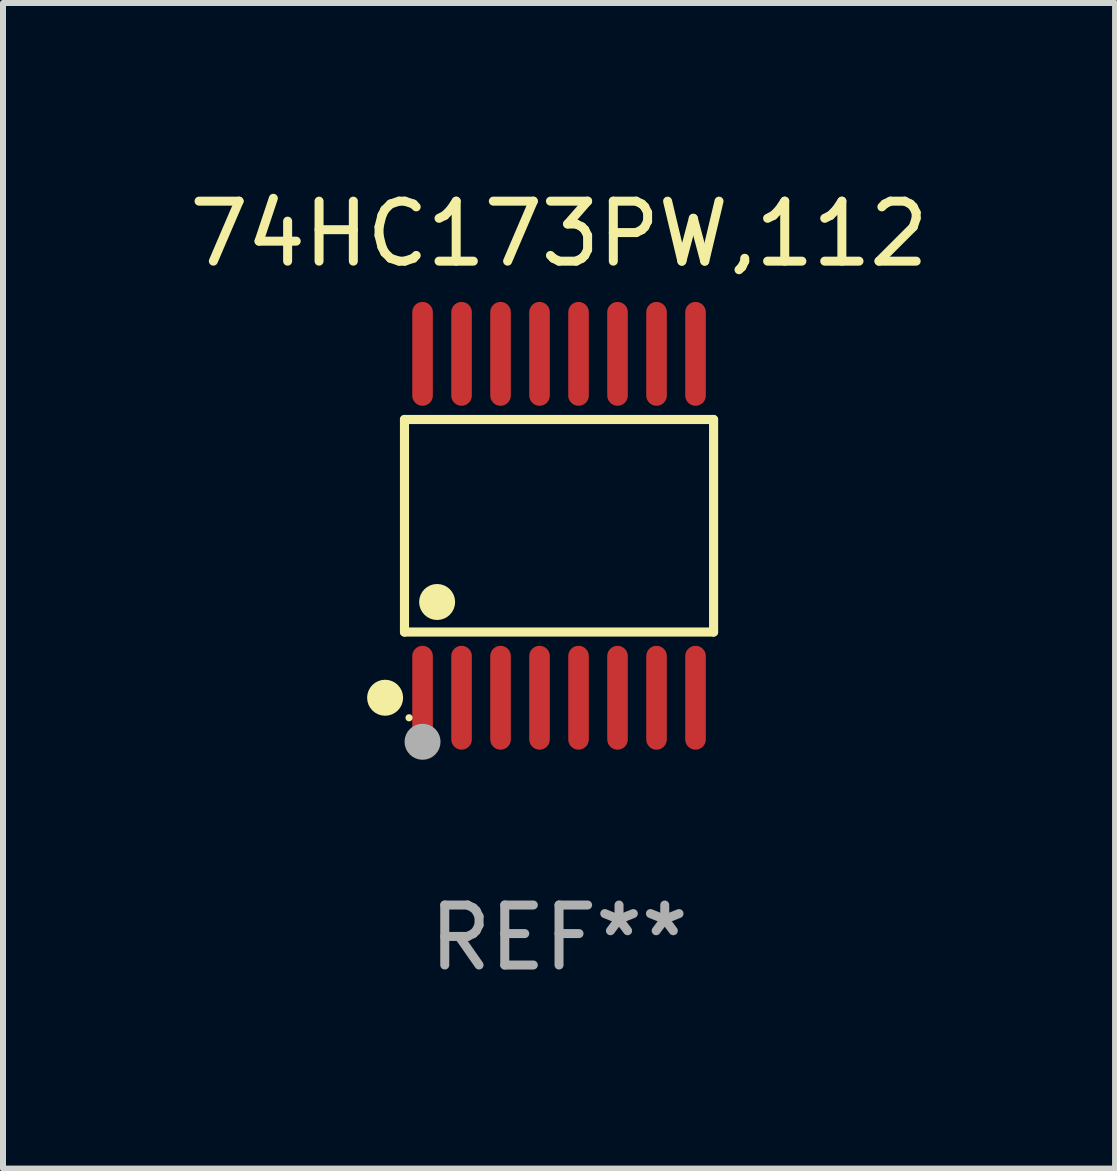
<source format=kicad_pcb>
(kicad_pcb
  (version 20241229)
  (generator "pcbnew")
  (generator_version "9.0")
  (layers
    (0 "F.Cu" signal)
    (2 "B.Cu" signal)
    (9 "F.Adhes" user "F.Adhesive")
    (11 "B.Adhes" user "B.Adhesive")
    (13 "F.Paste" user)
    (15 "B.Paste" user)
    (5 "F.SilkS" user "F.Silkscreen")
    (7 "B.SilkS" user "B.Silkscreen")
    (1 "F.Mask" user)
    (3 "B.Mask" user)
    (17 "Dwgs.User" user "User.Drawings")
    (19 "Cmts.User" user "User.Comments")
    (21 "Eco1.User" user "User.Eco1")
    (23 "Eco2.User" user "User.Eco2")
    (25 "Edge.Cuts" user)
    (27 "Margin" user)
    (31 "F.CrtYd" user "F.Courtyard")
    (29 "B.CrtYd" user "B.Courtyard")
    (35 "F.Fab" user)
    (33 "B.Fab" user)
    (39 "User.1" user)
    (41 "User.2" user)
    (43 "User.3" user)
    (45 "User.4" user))
  (footprint "74HC173PW,112"
    (layer "F.Cu")
    (at 6.268 5.714)
    (property "Reference" "74HC173PW,112" (at 0 -4.866 0) (layer "F.SilkS") (effects (font (size 1 1) (thickness 0.15))))
    (attr through_hole)
    (fp_line (start -2.576 -1.772) (end 2.576 -1.772) (stroke (width 0.152) (type solid)) (layer "F.SilkS"))
    (fp_line (start -2.576 1.771) (end -2.576 -1.772) (stroke (width 0.152) (type solid)) (layer "F.SilkS"))
    (fp_line (start 2.576 -1.772) (end 2.576 1.771) (stroke (width 0.152) (type solid)) (layer "F.SilkS"))
    (fp_line (start 2.576 1.771) (end -2.576 1.771) (stroke (width 0.152) (type solid)) (layer "F.SilkS"))
    (fp_circle (center -2.899 2.866) (end -2.749 2.866) (stroke (width 0.3) (type solid)) (fill no) (layer "F.SilkS"))
    (fp_circle (center -2.5 3.2) (end -2.47 3.2) (stroke (width 0.06) (type solid)) (fill no) (layer "F.SilkS"))
    (fp_circle (center -2.032 1.27) (end -1.882 1.27) (stroke (width 0.3) (type solid)) (fill no) (layer "F.SilkS"))
    (fp_circle (center -2.275 3.6) (end -2.125 3.6) (stroke (width 0.3) (type solid)) (fill no) (layer "F.Fab"))
    (fp_text user "REF**" (at 0 6.866 0) (layer "F.Fab") (effects (font (size 1 1) (thickness 0.15))))
    (pad "1" smd oval (at -2.275 2.866) (size 0.343 1.731) (layers "F.Cu" "F.Mask" "F.Paste"))
    (pad "2" smd oval (at -1.625 2.866) (size 0.343 1.731) (layers "F.Cu" "F.Mask" "F.Paste"))
    (pad "3" smd oval (at -0.975 2.866) (size 0.343 1.731) (layers "F.Cu" "F.Mask" "F.Paste"))
    (pad "4" smd oval (at -0.325 2.866) (size 0.343 1.731) (layers "F.Cu" "F.Mask" "F.Paste"))
    (pad "5" smd oval (at 0.325 2.866) (size 0.343 1.731) (layers "F.Cu" "F.Mask" "F.Paste"))
    (pad "6" smd oval (at 0.975 2.866) (size 0.343 1.731) (layers "F.Cu" "F.Mask" "F.Paste"))
    (pad "7" smd oval (at 1.625 2.866) (size 0.343 1.731) (layers "F.Cu" "F.Mask" "F.Paste"))
    (pad "8" smd oval (at 2.275 2.866) (size 0.343 1.731) (layers "F.Cu" "F.Mask" "F.Paste"))
    (pad "9" smd oval (at 2.275 -2.866) (size 0.343 1.731) (layers "F.Cu" "F.Mask" "F.Paste"))
    (pad "10" smd oval (at 1.625 -2.866) (size 0.343 1.731) (layers "F.Cu" "F.Mask" "F.Paste"))
    (pad "11" smd oval (at 0.975 -2.866) (size 0.343 1.731) (layers "F.Cu" "F.Mask" "F.Paste"))
    (pad "12" smd oval (at 0.325 -2.866) (size 0.343 1.731) (layers "F.Cu" "F.Mask" "F.Paste"))
    (pad "13" smd oval (at -0.325 -2.866) (size 0.343 1.731) (layers "F.Cu" "F.Mask" "F.Paste"))
    (pad "14" smd oval (at -0.975 -2.866) (size 0.343 1.731) (layers "F.Cu" "F.Mask" "F.Paste"))
    (pad "15" smd oval (at -1.625 -2.866) (size 0.343 1.731) (layers "F.Cu" "F.Mask" "F.Paste"))
    (pad "16" smd oval (at -2.275 -2.866) (size 0.343 1.731) (layers "F.Cu" "F.Mask" "F.Paste")))
  (gr_rect
    (start -3 -3)
    (end 15.536 16.428)
    (stroke (width 0.1) (type default))
    (fill no)
    (layer "Edge.Cuts")))
</source>
